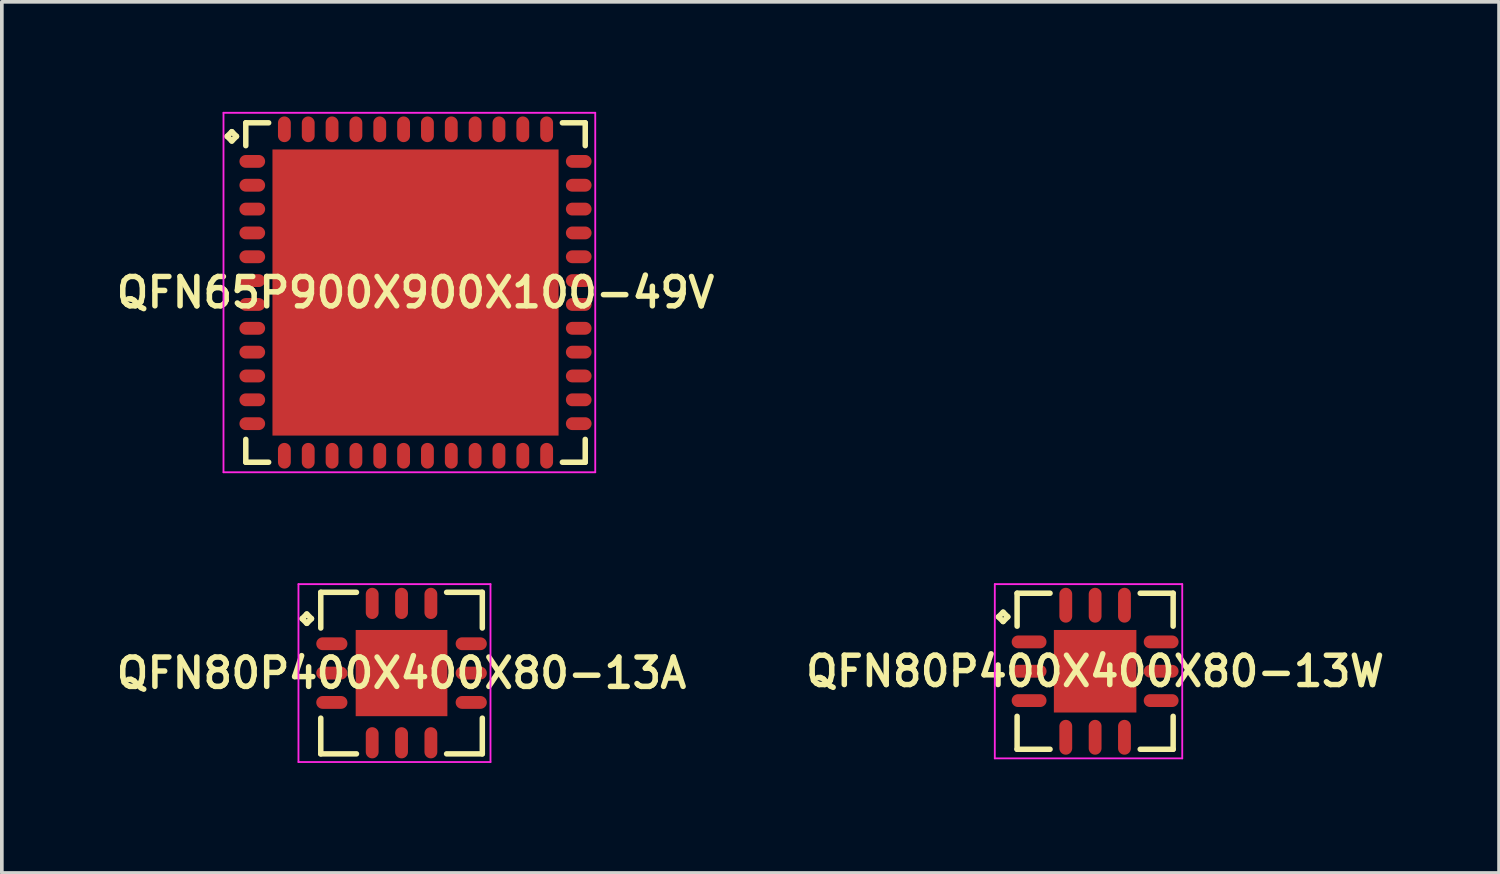
<source format=kicad_pcb>
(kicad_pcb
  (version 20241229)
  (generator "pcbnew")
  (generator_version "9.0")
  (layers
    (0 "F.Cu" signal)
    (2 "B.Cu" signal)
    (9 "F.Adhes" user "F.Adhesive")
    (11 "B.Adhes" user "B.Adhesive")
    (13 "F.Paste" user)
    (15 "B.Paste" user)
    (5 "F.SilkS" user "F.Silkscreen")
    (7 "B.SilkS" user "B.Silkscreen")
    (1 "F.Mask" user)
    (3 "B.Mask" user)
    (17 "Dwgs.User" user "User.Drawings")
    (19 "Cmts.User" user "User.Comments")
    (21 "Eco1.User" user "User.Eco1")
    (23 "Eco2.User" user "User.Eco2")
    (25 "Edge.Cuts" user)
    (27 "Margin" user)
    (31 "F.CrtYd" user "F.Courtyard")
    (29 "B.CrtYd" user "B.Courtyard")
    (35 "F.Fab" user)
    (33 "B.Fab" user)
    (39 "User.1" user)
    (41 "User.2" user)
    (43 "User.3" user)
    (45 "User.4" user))
  (footprint "QFN80P400X400X80-13A"
    (layer "F.Cu")
    (at 7.897 15.3)
    (property "Reference" "QFN80P400X400X80-13A" (at 0 0 0) (layer "F.SilkS") (effects (font (size 0.8 0.8) (thickness 0.15))))
    (attr smd)
    (fp_line (start -2.71 -1.483) (end -2.583 -1.61) (stroke (width 0.15) (type solid)) (layer "F.SilkS"))
    (fp_line (start -2.583 -1.61) (end -2.456 -1.483) (stroke (width 0.15) (type solid)) (layer "F.SilkS"))
    (fp_line (start -2.583 -1.356) (end -2.71 -1.483) (stroke (width 0.15) (type solid)) (layer "F.SilkS"))
    (fp_line (start -2.456 -1.483) (end -2.583 -1.356) (stroke (width 0.15) (type solid)) (layer "F.SilkS"))
    (fp_line (start -2.202 -2.202) (end -1.229 -2.202) (stroke (width 0.15) (type solid)) (layer "F.SilkS"))
    (fp_line (start -2.202 -1.229) (end -2.202 -2.202) (stroke (width 0.15) (type solid)) (layer "F.SilkS"))
    (fp_line (start -2.202 1.229) (end -2.202 2.202) (stroke (width 0.15) (type solid)) (layer "F.SilkS"))
    (fp_line (start -2.202 2.202) (end -1.229 2.202) (stroke (width 0.15) (type solid)) (layer "F.SilkS"))
    (fp_line (start 1.229 -2.202) (end 2.202 -2.202) (stroke (width 0.15) (type solid)) (layer "F.SilkS"))
    (fp_line (start 1.229 2.202) (end 2.202 2.202) (stroke (width 0.15) (type solid)) (layer "F.SilkS"))
    (fp_line (start 2.202 -2.202) (end 2.202 -1.229) (stroke (width 0.15) (type solid)) (layer "F.SilkS"))
    (fp_line (start 2.202 2.202) (end 2.202 1.229) (stroke (width 0.15) (type solid)) (layer "F.SilkS"))
    (fp_line (start -2.81 -2.425) (end 2.425 -2.425) (stroke (width 0.05) (type solid)) (layer "F.CrtYd"))
    (fp_line (start -2.81 2.425) (end -2.81 -2.425) (stroke (width 0.05) (type solid)) (layer "F.CrtYd"))
    (fp_line (start 2.425 -2.425) (end 2.425 2.425) (stroke (width 0.05) (type solid)) (layer "F.CrtYd"))
    (fp_line (start 2.425 2.425) (end -2.81 2.425) (stroke (width 0.05) (type solid)) (layer "F.CrtYd"))
    (pad "1" smd oval (at -1.9 -0.8) (size 0.85 0.35) (layers "F.Cu" "F.Mask" "F.Paste"))
    (pad "2" smd oval (at -1.9 0) (size 0.85 0.35) (layers "F.Cu" "F.Mask" "F.Paste"))
    (pad "3" smd oval (at -1.9 0.8) (size 0.85 0.35) (layers "F.Cu" "F.Mask" "F.Paste"))
    (pad "4" smd oval (at -0.8 1.9) (size 0.35 0.85) (layers "F.Cu" "F.Mask" "F.Paste"))
    (pad "5" smd oval (at 0 1.9) (size 0.35 0.85) (layers "F.Cu" "F.Mask" "F.Paste"))
    (pad "6" smd oval (at 0.8 1.9) (size 0.35 0.85) (layers "F.Cu" "F.Mask" "F.Paste"))
    (pad "7" smd oval (at 1.9 0.8) (size 0.85 0.35) (layers "F.Cu" "F.Mask" "F.Paste"))
    (pad "8" smd oval (at 1.9 0) (size 0.85 0.35) (layers "F.Cu" "F.Mask" "F.Paste"))
    (pad "9" smd oval (at 1.9 -0.8) (size 0.85 0.35) (layers "F.Cu" "F.Mask" "F.Paste"))
    (pad "10" smd oval (at 0.8 -1.9) (size 0.35 0.85) (layers "F.Cu" "F.Mask" "F.Paste"))
    (pad "11" smd oval (at 0 -1.9) (size 0.35 0.85) (layers "F.Cu" "F.Mask" "F.Paste"))
    (pad "12" smd oval (at -0.8 -1.9) (size 0.35 0.85) (layers "F.Cu" "F.Mask" "F.Paste"))
    (pad "13" smd rect (at 0 0) (size 2.5 2.35) (layers "F.Cu" "F.Mask" "F.Paste")))
  (footprint "QFN80P400X400X80-13W"
    (layer "F.Cu")
    (at 26.806 15.25)
    (property "Reference" "QFN80P400X400X80-13W" (at 0 0 0) (layer "F.SilkS") (effects (font (size 0.8 0.8) (thickness 0.15))))
    (attr smd)
    (fp_line (start -2.635 -1.483) (end -2.508 -1.61) (stroke (width 0.15) (type solid)) (layer "F.SilkS"))
    (fp_line (start -2.508 -1.61) (end -2.381 -1.483) (stroke (width 0.15) (type solid)) (layer "F.SilkS"))
    (fp_line (start -2.508 -1.356) (end -2.635 -1.483) (stroke (width 0.15) (type solid)) (layer "F.SilkS"))
    (fp_line (start -2.381 -1.483) (end -2.508 -1.356) (stroke (width 0.15) (type solid)) (layer "F.SilkS"))
    (fp_line (start -2.127 -2.127) (end -1.229 -2.127) (stroke (width 0.15) (type solid)) (layer "F.SilkS"))
    (fp_line (start -2.127 -1.229) (end -2.127 -2.127) (stroke (width 0.15) (type solid)) (layer "F.SilkS"))
    (fp_line (start -2.127 1.229) (end -2.127 2.127) (stroke (width 0.15) (type solid)) (layer "F.SilkS"))
    (fp_line (start -2.127 2.127) (end -1.229 2.127) (stroke (width 0.15) (type solid)) (layer "F.SilkS"))
    (fp_line (start 1.229 -2.127) (end 2.127 -2.127) (stroke (width 0.15) (type solid)) (layer "F.SilkS"))
    (fp_line (start 1.229 2.127) (end 2.127 2.127) (stroke (width 0.15) (type solid)) (layer "F.SilkS"))
    (fp_line (start 2.127 -2.127) (end 2.127 -1.229) (stroke (width 0.15) (type solid)) (layer "F.SilkS"))
    (fp_line (start 2.127 2.127) (end 2.127 1.229) (stroke (width 0.15) (type solid)) (layer "F.SilkS"))
    (fp_line (start -2.735 -2.375) (end 2.375 -2.375) (stroke (width 0.05) (type solid)) (layer "F.CrtYd"))
    (fp_line (start -2.735 2.375) (end -2.735 -2.375) (stroke (width 0.05) (type solid)) (layer "F.CrtYd"))
    (fp_line (start 2.375 -2.375) (end 2.375 2.375) (stroke (width 0.05) (type solid)) (layer "F.CrtYd"))
    (fp_line (start 2.375 2.375) (end -2.735 2.375) (stroke (width 0.05) (type solid)) (layer "F.CrtYd"))
    (pad "1" smd oval (at -1.8 -0.8) (size 0.95 0.35) (layers "F.Cu" "F.Mask" "F.Paste"))
    (pad "2" smd oval (at -1.8 0) (size 0.95 0.35) (layers "F.Cu" "F.Mask" "F.Paste"))
    (pad "3" smd oval (at -1.8 0.8) (size 0.95 0.35) (layers "F.Cu" "F.Mask" "F.Paste"))
    (pad "4" smd oval (at -0.8 1.8) (size 0.35 0.95) (layers "F.Cu" "F.Mask" "F.Paste"))
    (pad "5" smd oval (at 0 1.8) (size 0.35 0.95) (layers "F.Cu" "F.Mask" "F.Paste"))
    (pad "6" smd oval (at 0.8 1.8) (size 0.35 0.95) (layers "F.Cu" "F.Mask" "F.Paste"))
    (pad "7" smd oval (at 1.8 0.8) (size 0.95 0.35) (layers "F.Cu" "F.Mask" "F.Paste"))
    (pad "8" smd oval (at 1.8 0) (size 0.95 0.35) (layers "F.Cu" "F.Mask" "F.Paste"))
    (pad "9" smd oval (at 1.8 -0.8) (size 0.95 0.35) (layers "F.Cu" "F.Mask" "F.Paste"))
    (pad "10" smd oval (at 0.8 -1.8) (size 0.35 0.95) (layers "F.Cu" "F.Mask" "F.Paste"))
    (pad "11" smd oval (at 0 -1.8) (size 0.35 0.95) (layers "F.Cu" "F.Mask" "F.Paste"))
    (pad "12" smd oval (at -0.8 -1.8) (size 0.35 0.95) (layers "F.Cu" "F.Mask" "F.Paste"))
    (pad "13" smd rect (at 0 0) (size 2.25 2.25) (layers "F.Cu" "F.Mask" "F.Paste")))
  (footprint "QFN65P900X900X100-49V"
    (layer "F.Cu")
    (at 8.278 4.925)
    (property "Reference" "QFN65P900X900X100-49V" (at 0 0 0) (layer "F.SilkS") (effects (font (size 0.8 0.8) (thickness 0.15))))
    (attr smd)
    (fp_line (start -5.135 -4.258) (end -5.008 -4.385) (stroke (width 0.15) (type solid)) (layer "F.SilkS"))
    (fp_line (start -5.008 -4.385) (end -4.881 -4.258) (stroke (width 0.15) (type solid)) (layer "F.SilkS"))
    (fp_line (start -5.008 -4.131) (end -5.135 -4.258) (stroke (width 0.15) (type solid)) (layer "F.SilkS"))
    (fp_line (start -4.881 -4.258) (end -5.008 -4.131) (stroke (width 0.15) (type solid)) (layer "F.SilkS"))
    (fp_line (start -4.627 -4.627) (end -4.004 -4.627) (stroke (width 0.15) (type solid)) (layer "F.SilkS"))
    (fp_line (start -4.627 -4.004) (end -4.627 -4.627) (stroke (width 0.15) (type solid)) (layer "F.SilkS"))
    (fp_line (start -4.627 4.004) (end -4.627 4.627) (stroke (width 0.15) (type solid)) (layer "F.SilkS"))
    (fp_line (start -4.627 4.627) (end -4.004 4.627) (stroke (width 0.15) (type solid)) (layer "F.SilkS"))
    (fp_line (start 4.004 -4.627) (end 4.627 -4.627) (stroke (width 0.15) (type solid)) (layer "F.SilkS"))
    (fp_line (start 4.004 4.627) (end 4.627 4.627) (stroke (width 0.15) (type solid)) (layer "F.SilkS"))
    (fp_line (start 4.627 -4.627) (end 4.627 -4.004) (stroke (width 0.15) (type solid)) (layer "F.SilkS"))
    (fp_line (start 4.627 4.627) (end 4.627 4.004) (stroke (width 0.15) (type solid)) (layer "F.SilkS"))
    (fp_line (start -5.235 -4.9) (end 4.9 -4.9) (stroke (width 0.05) (type solid)) (layer "F.CrtYd"))
    (fp_line (start -5.235 4.9) (end -5.235 -4.9) (stroke (width 0.05) (type solid)) (layer "F.CrtYd"))
    (fp_line (start 4.9 -4.9) (end 4.9 4.9) (stroke (width 0.05) (type solid)) (layer "F.CrtYd"))
    (fp_line (start 4.9 4.9) (end -5.235 4.9) (stroke (width 0.05) (type solid)) (layer "F.CrtYd"))
    (pad "1" smd oval (at -4.45 -3.575) (size 0.7 0.35) (layers "F.Cu" "F.Mask" "F.Paste"))
    (pad "2" smd oval (at -4.45 -2.925) (size 0.7 0.35) (layers "F.Cu" "F.Mask" "F.Paste"))
    (pad "3" smd oval (at -4.45 -2.275) (size 0.7 0.35) (layers "F.Cu" "F.Mask" "F.Paste"))
    (pad "4" smd oval (at -4.45 -1.625) (size 0.7 0.35) (layers "F.Cu" "F.Mask" "F.Paste"))
    (pad "5" smd oval (at -4.45 -0.975) (size 0.7 0.35) (layers "F.Cu" "F.Mask" "F.Paste"))
    (pad "6" smd oval (at -4.45 -0.325) (size 0.7 0.35) (layers "F.Cu" "F.Mask" "F.Paste"))
    (pad "7" smd oval (at -4.45 0.325) (size 0.7 0.35) (layers "F.Cu" "F.Mask" "F.Paste"))
    (pad "8" smd oval (at -4.45 0.975) (size 0.7 0.35) (layers "F.Cu" "F.Mask" "F.Paste"))
    (pad "9" smd oval (at -4.45 1.625) (size 0.7 0.35) (layers "F.Cu" "F.Mask" "F.Paste"))
    (pad "10" smd oval (at -4.45 2.275) (size 0.7 0.35) (layers "F.Cu" "F.Mask" "F.Paste"))
    (pad "11" smd oval (at -4.45 2.925) (size 0.7 0.35) (layers "F.Cu" "F.Mask" "F.Paste"))
    (pad "12" smd oval (at -4.45 3.575) (size 0.7 0.35) (layers "F.Cu" "F.Mask" "F.Paste"))
    (pad "13" smd oval (at -3.575 4.45) (size 0.35 0.7) (layers "F.Cu" "F.Mask" "F.Paste"))
    (pad "14" smd oval (at -2.925 4.45) (size 0.35 0.7) (layers "F.Cu" "F.Mask" "F.Paste"))
    (pad "15" smd oval (at -2.275 4.45) (size 0.35 0.7) (layers "F.Cu" "F.Mask" "F.Paste"))
    (pad "16" smd oval (at -1.625 4.45) (size 0.35 0.7) (layers "F.Cu" "F.Mask" "F.Paste"))
    (pad "17" smd oval (at -0.975 4.45) (size 0.35 0.7) (layers "F.Cu" "F.Mask" "F.Paste"))
    (pad "18" smd oval (at -0.325 4.45) (size 0.35 0.7) (layers "F.Cu" "F.Mask" "F.Paste"))
    (pad "19" smd oval (at 0.325 4.45) (size 0.35 0.7) (layers "F.Cu" "F.Mask" "F.Paste"))
    (pad "20" smd oval (at 0.975 4.45) (size 0.35 0.7) (layers "F.Cu" "F.Mask" "F.Paste"))
    (pad "21" smd oval (at 1.625 4.45) (size 0.35 0.7) (layers "F.Cu" "F.Mask" "F.Paste"))
    (pad "22" smd oval (at 2.275 4.45) (size 0.35 0.7) (layers "F.Cu" "F.Mask" "F.Paste"))
    (pad "23" smd oval (at 2.925 4.45) (size 0.35 0.7) (layers "F.Cu" "F.Mask" "F.Paste"))
    (pad "24" smd oval (at 3.575 4.45) (size 0.35 0.7) (layers "F.Cu" "F.Mask" "F.Paste"))
    (pad "25" smd oval (at 4.45 3.575) (size 0.7 0.35) (layers "F.Cu" "F.Mask" "F.Paste"))
    (pad "26" smd oval (at 4.45 2.925) (size 0.7 0.35) (layers "F.Cu" "F.Mask" "F.Paste"))
    (pad "27" smd oval (at 4.45 2.275) (size 0.7 0.35) (layers "F.Cu" "F.Mask" "F.Paste"))
    (pad "28" smd oval (at 4.45 1.625) (size 0.7 0.35) (layers "F.Cu" "F.Mask" "F.Paste"))
    (pad "29" smd oval (at 4.45 0.975) (size 0.7 0.35) (layers "F.Cu" "F.Mask" "F.Paste"))
    (pad "30" smd oval (at 4.45 0.325) (size 0.7 0.35) (layers "F.Cu" "F.Mask" "F.Paste"))
    (pad "31" smd oval (at 4.45 -0.325) (size 0.7 0.35) (layers "F.Cu" "F.Mask" "F.Paste"))
    (pad "32" smd oval (at 4.45 -0.975) (size 0.7 0.35) (layers "F.Cu" "F.Mask" "F.Paste"))
    (pad "33" smd oval (at 4.45 -1.625) (size 0.7 0.35) (layers "F.Cu" "F.Mask" "F.Paste"))
    (pad "34" smd oval (at 4.45 -2.275) (size 0.7 0.35) (layers "F.Cu" "F.Mask" "F.Paste"))
    (pad "35" smd oval (at 4.45 -2.925) (size 0.7 0.35) (layers "F.Cu" "F.Mask" "F.Paste"))
    (pad "36" smd oval (at 4.45 -3.575) (size 0.7 0.35) (layers "F.Cu" "F.Mask" "F.Paste"))
    (pad "37" smd oval (at 3.575 -4.45) (size 0.35 0.7) (layers "F.Cu" "F.Mask" "F.Paste"))
    (pad "38" smd oval (at 2.925 -4.45) (size 0.35 0.7) (layers "F.Cu" "F.Mask" "F.Paste"))
    (pad "39" smd oval (at 2.275 -4.45) (size 0.35 0.7) (layers "F.Cu" "F.Mask" "F.Paste"))
    (pad "40" smd oval (at 1.625 -4.45) (size 0.35 0.7) (layers "F.Cu" "F.Mask" "F.Paste"))
    (pad "41" smd oval (at 0.975 -4.45) (size 0.35 0.7) (layers "F.Cu" "F.Mask" "F.Paste"))
    (pad "42" smd oval (at 0.325 -4.45) (size 0.35 0.7) (layers "F.Cu" "F.Mask" "F.Paste"))
    (pad "43" smd oval (at -0.325 -4.45) (size 0.35 0.7) (layers "F.Cu" "F.Mask" "F.Paste"))
    (pad "44" smd oval (at -0.975 -4.45) (size 0.35 0.7) (layers "F.Cu" "F.Mask" "F.Paste"))
    (pad "45" smd oval (at -1.625 -4.45) (size 0.35 0.7) (layers "F.Cu" "F.Mask" "F.Paste"))
    (pad "46" smd oval (at -2.275 -4.45) (size 0.35 0.7) (layers "F.Cu" "F.Mask" "F.Paste"))
    (pad "47" smd oval (at -2.925 -4.45) (size 0.35 0.7) (layers "F.Cu" "F.Mask" "F.Paste"))
    (pad "48" smd oval (at -3.575 -4.45) (size 0.35 0.7) (layers "F.Cu" "F.Mask" "F.Paste"))
    (pad "49" smd rect (at 0 0) (size 7.8 7.8) (layers "F.Cu" "F.Mask" "F.Paste")))
  (gr_rect
    (start -3 -3)
    (end 37.818 20.75)
    (stroke (width 0.1) (type default))
    (fill no)
    (layer "Edge.Cuts")))
</source>
